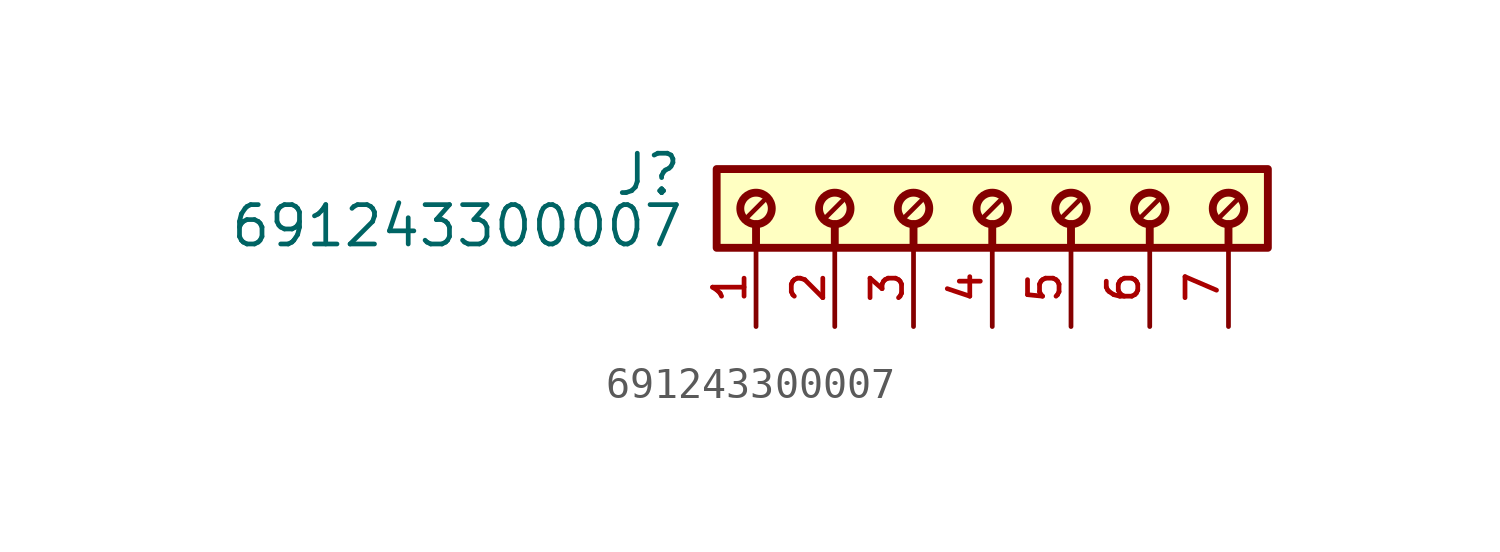
<source format=kicad_sym>
(kicad_symbol_lib
  (version 20211014)
  (generator kicad_symbol_editor)
  (symbol "691243300007"
    (pin_names
      (offset 1.016))
    (property "Reference" "J"
      (at -9.96 -0.922 0)
      (effects (font (size 1.27 1.27)) (justify bottom right)))
    (property "Value" "691243300007"
      (at -9.91 -2.58 0)
      (effects (font (size 1.27 1.27)) (justify bottom right)))
    (symbol "691243300007_0_0"
      (polyline (pts (xy -7.62 -1.778) (xy -7.62 -2.54)) (stroke (width 0.254)))
      (polyline (pts (xy -5.08 -1.778) (xy -5.08 -2.54)) (stroke (width 0.254)))
      (polyline (pts (xy -7.366 -1.016) (xy -7.874 -1.524)) (stroke (width 0.152)))
      (polyline (pts (xy -4.826 -1.016) (xy -5.334 -1.524)) (stroke (width 0.152)))
      (polyline (pts (xy -2.54 -1.778) (xy -2.54 -2.54)) (stroke (width 0.254)))
      (polyline (pts (xy -2.286 -1.016) (xy -2.794 -1.524)) (stroke (width 0.152)))
      (polyline (pts (xy 0.0 -1.778) (xy 0.0 -2.54)) (stroke (width 0.254)))
      (polyline (pts (xy 0.254 -1.016) (xy -0.254 -1.524)) (stroke (width 0.152)))
      (polyline (pts (xy 2.54 -1.778) (xy 2.54 -2.54)) (stroke (width 0.254)))
      (polyline (pts (xy 2.794 -1.016) (xy 2.286 -1.524)) (stroke (width 0.152)))
      (polyline (pts (xy 5.08 -1.778) (xy 5.08 -2.54)) (stroke (width 0.254)))
      (polyline (pts (xy 5.334 -1.016) (xy 4.826 -1.524)) (stroke (width 0.152)))
      (polyline (pts (xy 7.62 -1.778) (xy 7.62 -2.54)) (stroke (width 0.254)))
      (polyline (pts (xy 7.874 -1.016) (xy 7.366 -1.524)) (stroke (width 0.152)))
      (circle (center -7.62 -1.27) (radius 0.508) (stroke (width 0.254)) (fill (type none)))
      (circle (center -5.08 -1.27) (radius 0.508) (stroke (width 0.254)) (fill (type none)))
      (circle (center -2.54 -1.27) (radius 0.508) (stroke (width 0.254)) (fill (type none)))
      (circle (center 0.0 -1.27) (radius 0.508) (stroke (width 0.254)) (fill (type none)))
      (circle (center 2.54 -1.27) (radius 0.508) (stroke (width 0.254)) (fill (type none)))
      (circle (center 5.08 -1.27) (radius 0.508) (stroke (width 0.254)) (fill (type none)))
      (circle (center 7.62 -1.27) (radius 0.508) (stroke (width 0.254)) (fill (type none)))
      (rectangle (start -8.89 -2.54) (end 8.89 0.0) (stroke (width 0.254)) (fill (type background)))
      (pin passive line (at -7.62 -5.08 90.0) (length 2.54) (name "~" (effects (font (size 1.016 1.016)))) (number "1" (effects (font (size 1.016 1.016)))))
      (pin passive line (at -5.08 -5.08 90.0) (length 2.54) (name "~" (effects (font (size 1.016 1.016)))) (number "2" (effects (font (size 1.016 1.016)))))
      (pin passive line (at -2.54 -5.08 90.0) (length 2.54) (name "~" (effects (font (size 1.016 1.016)))) (number "3" (effects (font (size 1.016 1.016)))))
      (pin passive line (at 0.0 -5.08 90.0) (length 2.54) (name "~" (effects (font (size 1.016 1.016)))) (number "4" (effects (font (size 1.016 1.016)))))
      (pin passive line (at 2.54 -5.08 90.0) (length 2.54) (name "~" (effects (font (size 1.016 1.016)))) (number "5" (effects (font (size 1.016 1.016)))))
      (pin passive line (at 5.08 -5.08 90.0) (length 2.54) (name "~" (effects (font (size 1.016 1.016)))) (number "6" (effects (font (size 1.016 1.016)))))
      (pin passive line (at 7.62 -5.08 90.0) (length 2.54) (name "~" (effects (font (size 1.016 1.016)))) (number "7" (effects (font (size 1.016 1.016))))))))
</source>
